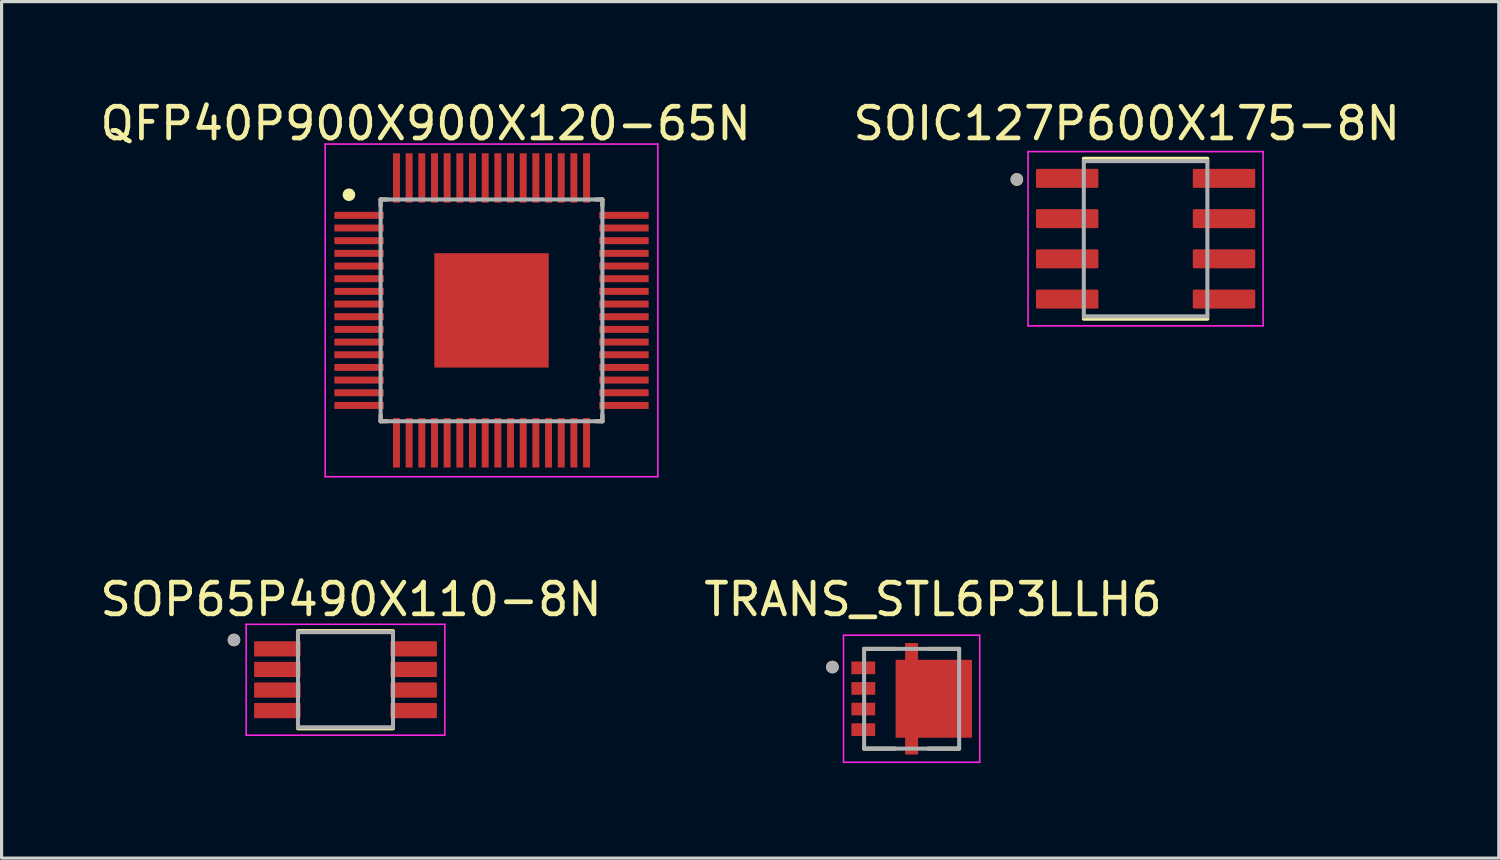
<source format=kicad_pcb>
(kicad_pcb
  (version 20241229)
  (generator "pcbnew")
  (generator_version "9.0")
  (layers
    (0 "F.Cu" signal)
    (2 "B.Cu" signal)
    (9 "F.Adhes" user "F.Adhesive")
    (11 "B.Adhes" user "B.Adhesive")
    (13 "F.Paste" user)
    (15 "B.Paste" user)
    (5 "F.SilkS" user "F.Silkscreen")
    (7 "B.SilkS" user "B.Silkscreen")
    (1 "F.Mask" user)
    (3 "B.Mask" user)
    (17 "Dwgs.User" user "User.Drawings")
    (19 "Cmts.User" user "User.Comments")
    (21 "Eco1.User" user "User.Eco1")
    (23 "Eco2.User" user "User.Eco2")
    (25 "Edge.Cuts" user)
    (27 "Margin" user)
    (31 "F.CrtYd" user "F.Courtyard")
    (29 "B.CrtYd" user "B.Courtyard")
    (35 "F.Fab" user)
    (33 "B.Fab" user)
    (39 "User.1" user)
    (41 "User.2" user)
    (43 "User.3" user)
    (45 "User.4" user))
  (footprint "SOIC127P600X175-8N"
    (layer "F.Cu")
    (at 33.109 4.485)
    (property "Reference" "SOIC127P600X175-8N" (at -0.595 -3.637 0) (layer "F.SilkS") (effects (font (size 1 1) (thickness 0.15))))
    (attr through_hole)
    (fp_line (start -1.95 -2.525) (end 1.95 -2.525) (stroke (width 0.127) (type solid)) (layer "F.SilkS"))
    (fp_line (start -1.95 2.525) (end 1.95 2.525) (stroke (width 0.127) (type solid)) (layer "F.SilkS"))
    (fp_circle (center -4.064 -1.87) (end -3.964 -1.87) (stroke (width 0.2) (type solid)) (fill no) (layer "F.SilkS"))
    (fp_line (start -3.71 -2.75) (end -3.71 2.75) (stroke (width 0.05) (type solid)) (layer "F.CrtYd"))
    (fp_line (start -3.71 -2.75) (end 3.71 -2.75) (stroke (width 0.05) (type solid)) (layer "F.CrtYd"))
    (fp_line (start -3.71 2.75) (end 3.71 2.75) (stroke (width 0.05) (type solid)) (layer "F.CrtYd"))
    (fp_line (start 3.71 -2.75) (end 3.71 2.75) (stroke (width 0.05) (type solid)) (layer "F.CrtYd"))
    (fp_line (start -1.95 -2.45) (end -1.95 2.45) (stroke (width 0.127) (type solid)) (layer "F.Fab"))
    (fp_line (start -1.95 -2.45) (end 1.95 -2.45) (stroke (width 0.127) (type solid)) (layer "F.Fab"))
    (fp_line (start -1.95 2.45) (end 1.95 2.45) (stroke (width 0.127) (type solid)) (layer "F.Fab"))
    (fp_line (start 1.95 -2.45) (end 1.95 2.45) (stroke (width 0.127) (type solid)) (layer "F.Fab"))
    (fp_circle (center -4.064 -1.87) (end -3.964 -1.87) (stroke (width 0.2) (type solid)) (fill no) (layer "F.Fab"))
    (pad "1" smd roundrect (at -2.475 -1.905) (size 1.97 0.6) (layers "F.Cu" "F.Mask" "F.Paste") (roundrect_rratio 0.07))
    (pad "2" smd roundrect (at -2.475 -0.635) (size 1.97 0.6) (layers "F.Cu" "F.Mask" "F.Paste") (roundrect_rratio 0.07))
    (pad "3" smd roundrect (at -2.475 0.635) (size 1.97 0.6) (layers "F.Cu" "F.Mask" "F.Paste") (roundrect_rratio 0.07))
    (pad "4" smd roundrect (at -2.475 1.905) (size 1.97 0.6) (layers "F.Cu" "F.Mask" "F.Paste") (roundrect_rratio 0.07))
    (pad "5" smd roundrect (at 2.475 1.905) (size 1.97 0.6) (layers "F.Cu" "F.Mask" "F.Paste") (roundrect_rratio 0.07))
    (pad "6" smd roundrect (at 2.475 0.635) (size 1.97 0.6) (layers "F.Cu" "F.Mask" "F.Paste") (roundrect_rratio 0.07))
    (pad "7" smd roundrect (at 2.475 -0.635) (size 1.97 0.6) (layers "F.Cu" "F.Mask" "F.Paste") (roundrect_rratio 0.07))
    (pad "8" smd roundrect (at 2.475 -1.905) (size 1.97 0.6) (layers "F.Cu" "F.Mask" "F.Paste") (roundrect_rratio 0.07)))
  (footprint "QFP40P900X900X120-65N"
    (layer "F.Cu")
    (at 12.464 6.747)
    (property "Reference" "QFP40P900X900X120-65N" (at -2.079 -5.898 0) (layer "F.SilkS") (effects (font (size 1.002 1.002) (thickness 0.15))))
    (attr through_hole)
    (fp_line (start -3.5 -3.5) (end -3.5 -3.3) (stroke (width 0.127) (type solid)) (layer "F.SilkS"))
    (fp_line (start -3.5 3.3) (end -3.5 3.5) (stroke (width 0.127) (type solid)) (layer "F.SilkS"))
    (fp_line (start -3.5 3.5) (end -3.3 3.5) (stroke (width 0.127) (type solid)) (layer "F.SilkS"))
    (fp_line (start -3.3 -3.5) (end -3.5 -3.5) (stroke (width 0.127) (type solid)) (layer "F.SilkS"))
    (fp_line (start 3.3 3.5) (end 3.5 3.5) (stroke (width 0.127) (type solid)) (layer "F.SilkS"))
    (fp_line (start 3.5 -3.5) (end 3.3 -3.5) (stroke (width 0.127) (type solid)) (layer "F.SilkS"))
    (fp_line (start 3.5 -3.3) (end 3.5 -3.5) (stroke (width 0.127) (type solid)) (layer "F.SilkS"))
    (fp_line (start 3.5 3.5) (end 3.5 3.3) (stroke (width 0.127) (type solid)) (layer "F.SilkS"))
    (fp_circle (center -4.5 -3.65) (end -4.4 -3.65) (stroke (width 0.2) (type solid)) (fill no) (layer "F.SilkS"))
    (fp_poly (pts (xy -1.153 -1.15) (xy 1.15 -1.15) (xy 1.15 1.153) (xy -1.153 1.153)) (stroke (width 0.01) (type solid)) (fill yes) (layer "F.Paste"))
    (fp_line (start -5.25 -5.25) (end 5.25 -5.25) (stroke (width 0.05) (type solid)) (layer "F.CrtYd"))
    (fp_line (start -5.25 5.25) (end -5.25 -5.25) (stroke (width 0.05) (type solid)) (layer "F.CrtYd"))
    (fp_line (start 5.25 -5.25) (end 5.25 5.25) (stroke (width 0.05) (type solid)) (layer "F.CrtYd"))
    (fp_line (start 5.25 5.25) (end -5.25 5.25) (stroke (width 0.05) (type solid)) (layer "F.CrtYd"))
    (fp_line (start -3.5 -3.5) (end 3.5 -3.5) (stroke (width 0.127) (type solid)) (layer "F.Fab"))
    (fp_line (start -3.5 3.5) (end -3.5 -3.5) (stroke (width 0.127) (type solid)) (layer "F.Fab"))
    (fp_line (start 3.5 -3.5) (end 3.5 3.5) (stroke (width 0.127) (type solid)) (layer "F.Fab"))
    (fp_line (start 3.5 3.5) (end -3.5 3.5) (stroke (width 0.127) (type solid)) (layer "F.Fab"))
    (pad "1" smd rect (at -4.18 -3) (size 1.56 0.22) (layers "F.Cu" "F.Mask" "F.Paste"))
    (pad "2" smd rect (at -4.18 -2.6) (size 1.56 0.22) (layers "F.Cu" "F.Mask" "F.Paste"))
    (pad "3" smd rect (at -4.18 -2.2) (size 1.56 0.22) (layers "F.Cu" "F.Mask" "F.Paste"))
    (pad "4" smd rect (at -4.18 -1.8) (size 1.56 0.22) (layers "F.Cu" "F.Mask" "F.Paste"))
    (pad "5" smd rect (at -4.18 -1.4) (size 1.56 0.22) (layers "F.Cu" "F.Mask" "F.Paste"))
    (pad "6" smd rect (at -4.18 -1) (size 1.56 0.22) (layers "F.Cu" "F.Mask" "F.Paste"))
    (pad "7" smd rect (at -4.18 -0.6) (size 1.56 0.22) (layers "F.Cu" "F.Mask" "F.Paste"))
    (pad "8" smd rect (at -4.18 -0.2) (size 1.56 0.22) (layers "F.Cu" "F.Mask" "F.Paste"))
    (pad "9" smd rect (at -4.18 0.2) (size 1.56 0.22) (layers "F.Cu" "F.Mask" "F.Paste"))
    (pad "10" smd rect (at -4.18 0.6) (size 1.56 0.22) (layers "F.Cu" "F.Mask" "F.Paste"))
    (pad "11" smd rect (at -4.18 1) (size 1.56 0.22) (layers "F.Cu" "F.Mask" "F.Paste"))
    (pad "12" smd rect (at -4.18 1.4) (size 1.56 0.22) (layers "F.Cu" "F.Mask" "F.Paste"))
    (pad "13" smd rect (at -4.18 1.8) (size 1.56 0.22) (layers "F.Cu" "F.Mask" "F.Paste"))
    (pad "14" smd rect (at -4.18 2.2) (size 1.56 0.22) (layers "F.Cu" "F.Mask" "F.Paste"))
    (pad "15" smd rect (at -4.18 2.6) (size 1.56 0.22) (layers "F.Cu" "F.Mask" "F.Paste"))
    (pad "16" smd rect (at -4.18 3) (size 1.56 0.22) (layers "F.Cu" "F.Mask" "F.Paste"))
    (pad "17" smd rect (at -3 4.18) (size 0.22 1.56) (layers "F.Cu" "F.Mask" "F.Paste"))
    (pad "18" smd rect (at -2.6 4.18) (size 0.22 1.56) (layers "F.Cu" "F.Mask" "F.Paste"))
    (pad "19" smd rect (at -2.2 4.18) (size 0.22 1.56) (layers "F.Cu" "F.Mask" "F.Paste"))
    (pad "20" smd rect (at -1.8 4.18) (size 0.22 1.56) (layers "F.Cu" "F.Mask" "F.Paste"))
    (pad "21" smd rect (at -1.4 4.18) (size 0.22 1.56) (layers "F.Cu" "F.Mask" "F.Paste"))
    (pad "22" smd rect (at -1 4.18) (size 0.22 1.56) (layers "F.Cu" "F.Mask" "F.Paste"))
    (pad "23" smd rect (at -0.6 4.18) (size 0.22 1.56) (layers "F.Cu" "F.Mask" "F.Paste"))
    (pad "24" smd rect (at -0.2 4.18) (size 0.22 1.56) (layers "F.Cu" "F.Mask" "F.Paste"))
    (pad "25" smd rect (at 0.2 4.18) (size 0.22 1.56) (layers "F.Cu" "F.Mask" "F.Paste"))
    (pad "26" smd rect (at 0.6 4.18) (size 0.22 1.56) (layers "F.Cu" "F.Mask" "F.Paste"))
    (pad "27" smd rect (at 1 4.18) (size 0.22 1.56) (layers "F.Cu" "F.Mask" "F.Paste"))
    (pad "28" smd rect (at 1.4 4.18) (size 0.22 1.56) (layers "F.Cu" "F.Mask" "F.Paste"))
    (pad "29" smd rect (at 1.8 4.18) (size 0.22 1.56) (layers "F.Cu" "F.Mask" "F.Paste"))
    (pad "30" smd rect (at 2.2 4.18) (size 0.22 1.56) (layers "F.Cu" "F.Mask" "F.Paste"))
    (pad "31" smd rect (at 2.6 4.18) (size 0.22 1.56) (layers "F.Cu" "F.Mask" "F.Paste"))
    (pad "32" smd rect (at 3 4.18) (size 0.22 1.56) (layers "F.Cu" "F.Mask" "F.Paste"))
    (pad "33" smd rect (at 4.18 3) (size 1.56 0.22) (layers "F.Cu" "F.Mask" "F.Paste"))
    (pad "34" smd rect (at 4.18 2.6) (size 1.56 0.22) (layers "F.Cu" "F.Mask" "F.Paste"))
    (pad "35" smd rect (at 4.18 2.2) (size 1.56 0.22) (layers "F.Cu" "F.Mask" "F.Paste"))
    (pad "36" smd rect (at 4.18 1.8) (size 1.56 0.22) (layers "F.Cu" "F.Mask" "F.Paste"))
    (pad "37" smd rect (at 4.18 1.4) (size 1.56 0.22) (layers "F.Cu" "F.Mask" "F.Paste"))
    (pad "38" smd rect (at 4.18 1) (size 1.56 0.22) (layers "F.Cu" "F.Mask" "F.Paste"))
    (pad "39" smd rect (at 4.18 0.6) (size 1.56 0.22) (layers "F.Cu" "F.Mask" "F.Paste"))
    (pad "40" smd rect (at 4.18 0.2) (size 1.56 0.22) (layers "F.Cu" "F.Mask" "F.Paste"))
    (pad "41" smd rect (at 4.18 -0.2) (size 1.56 0.22) (layers "F.Cu" "F.Mask" "F.Paste"))
    (pad "42" smd rect (at 4.18 -0.6) (size 1.56 0.22) (layers "F.Cu" "F.Mask" "F.Paste"))
    (pad "43" smd rect (at 4.18 -1) (size 1.56 0.22) (layers "F.Cu" "F.Mask" "F.Paste"))
    (pad "44" smd rect (at 4.18 -1.4) (size 1.56 0.22) (layers "F.Cu" "F.Mask" "F.Paste"))
    (pad "45" smd rect (at 4.18 -1.8) (size 1.56 0.22) (layers "F.Cu" "F.Mask" "F.Paste"))
    (pad "46" smd rect (at 4.18 -2.2) (size 1.56 0.22) (layers "F.Cu" "F.Mask" "F.Paste"))
    (pad "47" smd rect (at 4.18 -2.6) (size 1.56 0.22) (layers "F.Cu" "F.Mask" "F.Paste"))
    (pad "48" smd rect (at 4.18 -3) (size 1.56 0.22) (layers "F.Cu" "F.Mask" "F.Paste"))
    (pad "49" smd rect (at 3 -4.18) (size 0.22 1.56) (layers "F.Cu" "F.Mask" "F.Paste"))
    (pad "50" smd rect (at 2.6 -4.18) (size 0.22 1.56) (layers "F.Cu" "F.Mask" "F.Paste"))
    (pad "51" smd rect (at 2.2 -4.18) (size 0.22 1.56) (layers "F.Cu" "F.Mask" "F.Paste"))
    (pad "52" smd rect (at 1.8 -4.18) (size 0.22 1.56) (layers "F.Cu" "F.Mask" "F.Paste"))
    (pad "53" smd rect (at 1.4 -4.18) (size 0.22 1.56) (layers "F.Cu" "F.Mask" "F.Paste"))
    (pad "54" smd rect (at 1 -4.18) (size 0.22 1.56) (layers "F.Cu" "F.Mask" "F.Paste"))
    (pad "55" smd rect (at 0.6 -4.18) (size 0.22 1.56) (layers "F.Cu" "F.Mask" "F.Paste"))
    (pad "56" smd rect (at 0.2 -4.18) (size 0.22 1.56) (layers "F.Cu" "F.Mask" "F.Paste"))
    (pad "57" smd rect (at -0.2 -4.18) (size 0.22 1.56) (layers "F.Cu" "F.Mask" "F.Paste"))
    (pad "58" smd rect (at -0.6 -4.18) (size 0.22 1.56) (layers "F.Cu" "F.Mask" "F.Paste"))
    (pad "59" smd rect (at -1 -4.18) (size 0.22 1.56) (layers "F.Cu" "F.Mask" "F.Paste"))
    (pad "60" smd rect (at -1.4 -4.18) (size 0.22 1.56) (layers "F.Cu" "F.Mask" "F.Paste"))
    (pad "61" smd rect (at -1.8 -4.18) (size 0.22 1.56) (layers "F.Cu" "F.Mask" "F.Paste"))
    (pad "62" smd rect (at -2.2 -4.18) (size 0.22 1.56) (layers "F.Cu" "F.Mask" "F.Paste"))
    (pad "63" smd rect (at -2.6 -4.18) (size 0.22 1.56) (layers "F.Cu" "F.Mask" "F.Paste"))
    (pad "64" smd rect (at -3 -4.18) (size 0.22 1.56) (layers "F.Cu" "F.Mask" "F.Paste"))
    (pad "65" smd rect (at 0 0) (size 3.61 3.61) (layers "F.Cu" "F.Mask")))
  (footprint "SOP65P490X110-8N"
    (layer "F.Cu")
    (at 7.855 18.405)
    (property "Reference" "SOP65P490X110-8N" (at 0.175 -2.535 0) (layer "F.SilkS") (effects (font (size 1 1) (thickness 0.15))))
    (attr through_hole)
    (fp_line (start -1.5 -1.535) (end 1.5 -1.535) (stroke (width 0.127) (type solid)) (layer "F.SilkS"))
    (fp_line (start -1.5 1.535) (end 1.5 1.535) (stroke (width 0.127) (type solid)) (layer "F.SilkS"))
    (fp_circle (center -3.52 -1.255) (end -3.42 -1.255) (stroke (width 0.2) (type solid)) (fill no) (layer "F.SilkS"))
    (fp_line (start -3.135 -1.75) (end -3.135 1.75) (stroke (width 0.05) (type solid)) (layer "F.CrtYd"))
    (fp_line (start -3.135 -1.75) (end 3.135 -1.75) (stroke (width 0.05) (type solid)) (layer "F.CrtYd"))
    (fp_line (start -3.135 1.75) (end 3.135 1.75) (stroke (width 0.05) (type solid)) (layer "F.CrtYd"))
    (fp_line (start 3.135 -1.75) (end 3.135 1.75) (stroke (width 0.05) (type solid)) (layer "F.CrtYd"))
    (fp_line (start -1.5 -1.5) (end -1.5 1.5) (stroke (width 0.127) (type solid)) (layer "F.Fab"))
    (fp_line (start -1.5 -1.5) (end 1.5 -1.5) (stroke (width 0.127) (type solid)) (layer "F.Fab"))
    (fp_line (start -1.5 1.5) (end 1.5 1.5) (stroke (width 0.127) (type solid)) (layer "F.Fab"))
    (fp_line (start 1.5 -1.5) (end 1.5 1.5) (stroke (width 0.127) (type solid)) (layer "F.Fab"))
    (fp_circle (center -3.52 -1.255) (end -3.42 -1.255) (stroke (width 0.2) (type solid)) (fill no) (layer "F.Fab"))
    (pad "1" smd roundrect (at -2.15 -0.975) (size 1.47 0.48) (layers "F.Cu" "F.Mask" "F.Paste") (roundrect_rratio 0.06))
    (pad "2" smd roundrect (at -2.15 -0.325) (size 1.47 0.48) (layers "F.Cu" "F.Mask" "F.Paste") (roundrect_rratio 0.06))
    (pad "3" smd roundrect (at -2.15 0.325) (size 1.47 0.48) (layers "F.Cu" "F.Mask" "F.Paste") (roundrect_rratio 0.06))
    (pad "4" smd roundrect (at -2.15 0.975) (size 1.47 0.48) (layers "F.Cu" "F.Mask" "F.Paste") (roundrect_rratio 0.06))
    (pad "5" smd roundrect (at 2.15 0.975) (size 1.47 0.48) (layers "F.Cu" "F.Mask" "F.Paste") (roundrect_rratio 0.06))
    (pad "6" smd roundrect (at 2.15 0.325) (size 1.47 0.48) (layers "F.Cu" "F.Mask" "F.Paste") (roundrect_rratio 0.06))
    (pad "7" smd roundrect (at 2.15 -0.325) (size 1.47 0.48) (layers "F.Cu" "F.Mask" "F.Paste") (roundrect_rratio 0.06))
    (pad "8" smd roundrect (at 2.15 -0.975) (size 1.47 0.48) (layers "F.Cu" "F.Mask" "F.Paste") (roundrect_rratio 0.06)))
  (footprint "TRANS_STL6P3LLH6"
    (layer "F.Cu")
    (at 25.724 19.005)
    (property "Reference" "TRANS_STL6P3LLH6" (at 0.675 -3.135 0) (layer "F.SilkS") (effects (font (size 1 1) (thickness 0.15))))
    (attr through_hole)
    (fp_poly (pts (xy -0.6 -1.325) (xy -0.6 1.325) (xy -0.3 1.325) (xy -0.3 1.855) (xy 0.3 1.855) (xy 0.3 1.325) (xy 2 1.325) (xy 2 -1.325) (xy 0.3 -1.325) (xy 0.3 -1.855) (xy -0.3 -1.855) (xy -0.3 -1.325)) (stroke (width 0.01) (type solid)) (fill yes) (layer "F.Mask"))
    (fp_line (start -0.52 -1.575) (end -1.5 -1.575) (stroke (width 0.127) (type solid)) (layer "F.SilkS"))
    (fp_line (start -0.52 1.575) (end -1.5 1.575) (stroke (width 0.127) (type solid)) (layer "F.SilkS"))
    (fp_line (start 1.5 -1.575) (end 0.52 -1.575) (stroke (width 0.127) (type solid)) (layer "F.SilkS"))
    (fp_line (start 1.5 1.575) (end 0.52 1.575) (stroke (width 0.127) (type solid)) (layer "F.SilkS"))
    (fp_circle (center -2.5 -1) (end -2.4 -1) (stroke (width 0.2) (type solid)) (fill no) (layer "F.SilkS"))
    (fp_poly (pts (xy -0.2 -1.755) (xy 0.2 -1.755) (xy 0.2 -1.23) (xy -0.2 -1.23)) (stroke (width 0.01) (type solid)) (fill yes) (layer "F.Paste"))
    (fp_poly (pts (xy -0.2 1.23) (xy 0.2 1.23) (xy 0.2 1.755) (xy -0.2 1.755)) (stroke (width 0.01) (type solid)) (fill yes) (layer "F.Paste"))
    (fp_poly (pts (xy -0.06 -0.775) (xy 1.46 -0.775) (xy 1.46 0.775) (xy -0.06 0.775)) (stroke (width 0.01) (type solid)) (fill yes) (layer "F.Paste"))
    (fp_line (start -2.15 -2.005) (end 2.15 -2.005) (stroke (width 0.05) (type solid)) (layer "F.CrtYd"))
    (fp_line (start -2.15 2.005) (end -2.15 -2.005) (stroke (width 0.05) (type solid)) (layer "F.CrtYd"))
    (fp_line (start 2.15 -2.005) (end 2.15 2.005) (stroke (width 0.05) (type solid)) (layer "F.CrtYd"))
    (fp_line (start 2.15 2.005) (end -2.15 2.005) (stroke (width 0.05) (type solid)) (layer "F.CrtYd"))
    (fp_line (start -1.5 -1.575) (end 1.5 -1.575) (stroke (width 0.127) (type solid)) (layer "F.Fab"))
    (fp_line (start -1.5 1.575) (end -1.5 -1.575) (stroke (width 0.127) (type solid)) (layer "F.Fab"))
    (fp_line (start 1.5 -1.575) (end 1.5 1.575) (stroke (width 0.127) (type solid)) (layer "F.Fab"))
    (fp_line (start 1.5 1.575) (end -1.5 1.575) (stroke (width 0.127) (type solid)) (layer "F.Fab"))
    (fp_circle (center -2.5 -1) (end -2.4 -1) (stroke (width 0.2) (type solid)) (fill no) (layer "F.Fab"))
    (pad "1" smd rect (at -1.525 -0.975) (size 0.75 0.4) (layers "F.Cu" "F.Mask" "F.Paste"))
    (pad "2" smd rect (at -1.525 -0.325) (size 0.75 0.4) (layers "F.Cu" "F.Mask" "F.Paste"))
    (pad "3" smd rect (at -1.525 0.325) (size 0.75 0.4) (layers "F.Cu" "F.Mask" "F.Paste"))
    (pad "4" smd rect (at -1.525 0.975) (size 0.75 0.4) (layers "F.Cu" "F.Mask" "F.Paste"))
    (pad "5_8" smd custom (at 0.7 0) (size 2.4 2.45) (layers "F.Cu") (options (anchor rect)) (primitives (gr_poly (pts (xy -1.2 -1.225) (xy -1.2 1.225) (xy -0.9 1.225) (xy -0.9 1.755) (xy -0.5 1.755) (xy -0.5 1.225) (xy 1.2 1.225) (xy 1.2 -1.225) (xy -0.5 -1.225) (xy -0.5 -1.755) (xy -0.9 -1.755) (xy -0.9 -1.225)) (width 0.01) (fill yes)))))
  (gr_rect
    (start -3 -3)
    (end 44.258 24.035)
    (stroke (width 0.1) (type default))
    (fill no)
    (layer "Edge.Cuts")))
</source>
